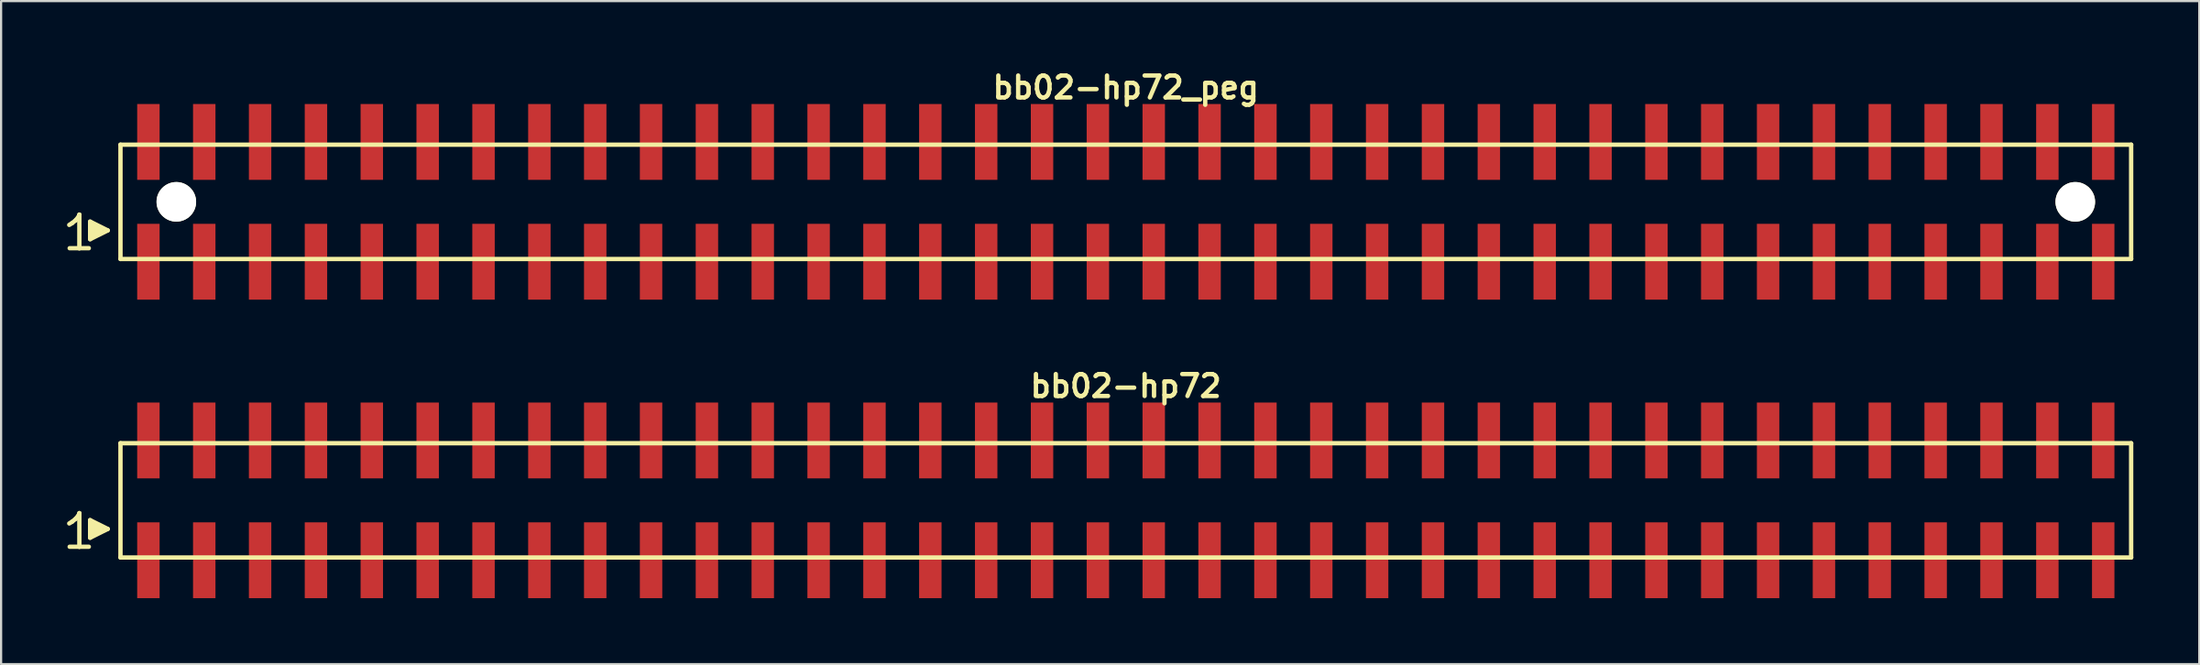
<source format=kicad_pcb>
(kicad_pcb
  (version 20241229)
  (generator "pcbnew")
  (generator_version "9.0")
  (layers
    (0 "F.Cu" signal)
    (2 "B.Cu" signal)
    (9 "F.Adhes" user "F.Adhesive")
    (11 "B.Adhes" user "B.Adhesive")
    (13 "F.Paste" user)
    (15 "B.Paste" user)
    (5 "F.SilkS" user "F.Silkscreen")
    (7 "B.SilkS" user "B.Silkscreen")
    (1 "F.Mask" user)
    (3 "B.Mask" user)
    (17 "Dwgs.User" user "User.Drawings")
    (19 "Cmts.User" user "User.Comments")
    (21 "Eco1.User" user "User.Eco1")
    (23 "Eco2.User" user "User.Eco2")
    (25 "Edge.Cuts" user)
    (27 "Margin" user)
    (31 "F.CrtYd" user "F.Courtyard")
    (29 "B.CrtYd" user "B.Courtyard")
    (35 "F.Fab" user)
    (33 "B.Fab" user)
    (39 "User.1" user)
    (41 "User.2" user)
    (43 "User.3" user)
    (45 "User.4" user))
  (footprint "bb02-hp72"
    (layer "F.Cu")
    (at 48.149 19.713)
    (property "Reference" "bb02-hp72" (at 0 -5.2 0) (layer "F.SilkS") (effects (font (size 0.998 0.998) (thickness 0.198))))
    (attr through_hole)
    (fp_line (start -48.05 1.05) (end -47.92 0.97) (stroke (width 0.198) (type solid)) (layer "F.SilkS"))
    (fp_line (start -47.92 0.97) (end -47.76 0.84) (stroke (width 0.198) (type solid)) (layer "F.SilkS"))
    (fp_line (start -47.76 0.84) (end -47.62 0.67) (stroke (width 0.198) (type solid)) (layer "F.SilkS"))
    (fp_line (start -47.62 0.67) (end -47.59 0.58) (stroke (width 0.198) (type solid)) (layer "F.SilkS"))
    (fp_line (start -47.59 0.58) (end -47.59 2.11) (stroke (width 0.198) (type solid)) (layer "F.SilkS"))
    (fp_line (start -47.59 2.11) (end -48.03 2.11) (stroke (width 0.198) (type solid)) (layer "F.SilkS"))
    (fp_line (start -47.16 2.11) (end -47.6 2.11) (stroke (width 0.198) (type solid)) (layer "F.SilkS"))
    (fp_line (start -47.1 0.9) (end -46.3 1.3) (stroke (width 0.198) (type solid)) (layer "F.SilkS"))
    (fp_line (start -47.1 1.7) (end -47.1 0.9) (stroke (width 0.198) (type solid)) (layer "F.SilkS"))
    (fp_line (start -47 1.6) (end -47 1) (stroke (width 0.198) (type solid)) (layer "F.SilkS"))
    (fp_line (start -46.9 1.1) (end -46.9 1.5) (stroke (width 0.198) (type solid)) (layer "F.SilkS"))
    (fp_line (start -46.8 1.5) (end -46.8 1.1) (stroke (width 0.198) (type solid)) (layer "F.SilkS"))
    (fp_line (start -46.7 1.2) (end -46.7 1.4) (stroke (width 0.198) (type solid)) (layer "F.SilkS"))
    (fp_line (start -46.6 1.4) (end -46.6 1.2) (stroke (width 0.198) (type solid)) (layer "F.SilkS"))
    (fp_line (start -46.3 1.3) (end -47.1 1.7) (stroke (width 0.198) (type solid)) (layer "F.SilkS"))
    (fp_line (start -45.72 -2.6) (end -45.72 2.6) (stroke (width 0.198) (type solid)) (layer "F.SilkS"))
    (fp_line (start -45.72 -2.6) (end 45.72 -2.6) (stroke (width 0.198) (type solid)) (layer "F.SilkS"))
    (fp_line (start 45.72 2.6) (end -45.72 2.6) (stroke (width 0.198) (type solid)) (layer "F.SilkS"))
    (fp_line (start 45.72 2.6) (end 45.72 -2.6) (stroke (width 0.198) (type solid)) (layer "F.SilkS"))
    (pad "1" smd rect (at -44.45 2.725) (size 1.02 3.45) (layers "F.Cu" "F.Mask" "F.Paste"))
    (pad "2" smd rect (at -44.45 -2.725) (size 1.02 3.45) (layers "F.Cu" "F.Mask" "F.Paste"))
    (pad "3" smd rect (at -41.91 2.725) (size 1.02 3.45) (layers "F.Cu" "F.Mask" "F.Paste"))
    (pad "4" smd rect (at -41.91 -2.725) (size 1.02 3.45) (layers "F.Cu" "F.Mask" "F.Paste"))
    (pad "5" smd rect (at -39.37 2.725) (size 1.02 3.45) (layers "F.Cu" "F.Mask" "F.Paste"))
    (pad "6" smd rect (at -39.37 -2.725) (size 1.02 3.45) (layers "F.Cu" "F.Mask" "F.Paste"))
    (pad "7" smd rect (at -36.83 2.725) (size 1.02 3.45) (layers "F.Cu" "F.Mask" "F.Paste"))
    (pad "8" smd rect (at -36.83 -2.725) (size 1.02 3.45) (layers "F.Cu" "F.Mask" "F.Paste"))
    (pad "9" smd rect (at -34.29 2.725) (size 1.02 3.45) (layers "F.Cu" "F.Mask" "F.Paste"))
    (pad "10" smd rect (at -34.29 -2.725) (size 1.02 3.45) (layers "F.Cu" "F.Mask" "F.Paste"))
    (pad "11" smd rect (at -31.75 2.725) (size 1.02 3.45) (layers "F.Cu" "F.Mask" "F.Paste"))
    (pad "12" smd rect (at -31.75 -2.725) (size 1.02 3.45) (layers "F.Cu" "F.Mask" "F.Paste"))
    (pad "13" smd rect (at -29.21 2.725) (size 1.02 3.45) (layers "F.Cu" "F.Mask" "F.Paste"))
    (pad "14" smd rect (at -29.21 -2.725) (size 1.02 3.45) (layers "F.Cu" "F.Mask" "F.Paste"))
    (pad "15" smd rect (at -26.67 2.725) (size 1.02 3.45) (layers "F.Cu" "F.Mask" "F.Paste"))
    (pad "16" smd rect (at -26.67 -2.725) (size 1.02 3.45) (layers "F.Cu" "F.Mask" "F.Paste"))
    (pad "17" smd rect (at -24.13 2.725) (size 1.02 3.45) (layers "F.Cu" "F.Mask" "F.Paste"))
    (pad "18" smd rect (at -24.13 -2.725) (size 1.02 3.45) (layers "F.Cu" "F.Mask" "F.Paste"))
    (pad "19" smd rect (at -21.59 2.725) (size 1.02 3.45) (layers "F.Cu" "F.Mask" "F.Paste"))
    (pad "20" smd rect (at -21.59 -2.725) (size 1.02 3.45) (layers "F.Cu" "F.Mask" "F.Paste"))
    (pad "21" smd rect (at -19.05 2.725) (size 1.02 3.45) (layers "F.Cu" "F.Mask" "F.Paste"))
    (pad "22" smd rect (at -19.05 -2.725) (size 1.02 3.45) (layers "F.Cu" "F.Mask" "F.Paste"))
    (pad "23" smd rect (at -16.51 2.725) (size 1.02 3.45) (layers "F.Cu" "F.Mask" "F.Paste"))
    (pad "24" smd rect (at -16.51 -2.725) (size 1.02 3.45) (layers "F.Cu" "F.Mask" "F.Paste"))
    (pad "25" smd rect (at -13.97 2.725) (size 1.02 3.45) (layers "F.Cu" "F.Mask" "F.Paste"))
    (pad "26" smd rect (at -13.97 -2.725) (size 1.02 3.45) (layers "F.Cu" "F.Mask" "F.Paste"))
    (pad "27" smd rect (at -11.43 2.725) (size 1.02 3.45) (layers "F.Cu" "F.Mask" "F.Paste"))
    (pad "28" smd rect (at -11.43 -2.725) (size 1.02 3.45) (layers "F.Cu" "F.Mask" "F.Paste"))
    (pad "29" smd rect (at -8.89 2.725) (size 1.02 3.45) (layers "F.Cu" "F.Mask" "F.Paste"))
    (pad "30" smd rect (at -8.89 -2.725) (size 1.02 3.45) (layers "F.Cu" "F.Mask" "F.Paste"))
    (pad "31" smd rect (at -6.35 2.725) (size 1.02 3.45) (layers "F.Cu" "F.Mask" "F.Paste"))
    (pad "32" smd rect (at -6.35 -2.725) (size 1.02 3.45) (layers "F.Cu" "F.Mask" "F.Paste"))
    (pad "33" smd rect (at -3.81 2.725) (size 1.02 3.45) (layers "F.Cu" "F.Mask" "F.Paste"))
    (pad "34" smd rect (at -3.81 -2.725) (size 1.02 3.45) (layers "F.Cu" "F.Mask" "F.Paste"))
    (pad "35" smd rect (at -1.27 2.725) (size 1.02 3.45) (layers "F.Cu" "F.Mask" "F.Paste"))
    (pad "36" smd rect (at -1.27 -2.725) (size 1.02 3.45) (layers "F.Cu" "F.Mask" "F.Paste"))
    (pad "37" smd rect (at 1.27 2.725) (size 1.02 3.45) (layers "F.Cu" "F.Mask" "F.Paste"))
    (pad "38" smd rect (at 1.27 -2.725) (size 1.02 3.45) (layers "F.Cu" "F.Mask" "F.Paste"))
    (pad "39" smd rect (at 3.81 2.725) (size 1.02 3.45) (layers "F.Cu" "F.Mask" "F.Paste"))
    (pad "40" smd rect (at 3.81 -2.725) (size 1.02 3.45) (layers "F.Cu" "F.Mask" "F.Paste"))
    (pad "41" smd rect (at 6.35 2.725) (size 1.02 3.45) (layers "F.Cu" "F.Mask" "F.Paste"))
    (pad "42" smd rect (at 6.35 -2.725) (size 1.02 3.45) (layers "F.Cu" "F.Mask" "F.Paste"))
    (pad "43" smd rect (at 8.89 2.725) (size 1.02 3.45) (layers "F.Cu" "F.Mask" "F.Paste"))
    (pad "44" smd rect (at 8.89 -2.725) (size 1.02 3.45) (layers "F.Cu" "F.Mask" "F.Paste"))
    (pad "45" smd rect (at 11.43 2.725) (size 1.02 3.45) (layers "F.Cu" "F.Mask" "F.Paste"))
    (pad "46" smd rect (at 11.43 -2.725) (size 1.02 3.45) (layers "F.Cu" "F.Mask" "F.Paste"))
    (pad "47" smd rect (at 13.97 2.725) (size 1.02 3.45) (layers "F.Cu" "F.Mask" "F.Paste"))
    (pad "48" smd rect (at 13.97 -2.725) (size 1.02 3.45) (layers "F.Cu" "F.Mask" "F.Paste"))
    (pad "49" smd rect (at 16.51 2.725) (size 1.02 3.45) (layers "F.Cu" "F.Mask" "F.Paste"))
    (pad "50" smd rect (at 16.51 -2.725) (size 1.02 3.45) (layers "F.Cu" "F.Mask" "F.Paste"))
    (pad "51" smd rect (at 19.05 2.725) (size 1.02 3.45) (layers "F.Cu" "F.Mask" "F.Paste"))
    (pad "52" smd rect (at 19.05 -2.725) (size 1.02 3.45) (layers "F.Cu" "F.Mask" "F.Paste"))
    (pad "53" smd rect (at 21.59 2.725) (size 1.02 3.45) (layers "F.Cu" "F.Mask" "F.Paste"))
    (pad "54" smd rect (at 21.59 -2.725) (size 1.02 3.45) (layers "F.Cu" "F.Mask" "F.Paste"))
    (pad "55" smd rect (at 24.13 2.725) (size 1.02 3.45) (layers "F.Cu" "F.Mask" "F.Paste"))
    (pad "56" smd rect (at 24.13 -2.725) (size 1.02 3.45) (layers "F.Cu" "F.Mask" "F.Paste"))
    (pad "57" smd rect (at 26.67 2.725) (size 1.02 3.45) (layers "F.Cu" "F.Mask" "F.Paste"))
    (pad "58" smd rect (at 26.67 -2.725) (size 1.02 3.45) (layers "F.Cu" "F.Mask" "F.Paste"))
    (pad "59" smd rect (at 29.21 2.725) (size 1.02 3.45) (layers "F.Cu" "F.Mask" "F.Paste"))
    (pad "60" smd rect (at 29.21 -2.725) (size 1.02 3.45) (layers "F.Cu" "F.Mask" "F.Paste"))
    (pad "61" smd rect (at 31.75 2.725) (size 1.02 3.45) (layers "F.Cu" "F.Mask" "F.Paste"))
    (pad "62" smd rect (at 31.75 -2.725) (size 1.02 3.45) (layers "F.Cu" "F.Mask" "F.Paste"))
    (pad "63" smd rect (at 34.29 2.725) (size 1.02 3.45) (layers "F.Cu" "F.Mask" "F.Paste"))
    (pad "64" smd rect (at 34.29 -2.725) (size 1.02 3.45) (layers "F.Cu" "F.Mask" "F.Paste"))
    (pad "65" smd rect (at 36.83 2.725) (size 1.02 3.45) (layers "F.Cu" "F.Mask" "F.Paste"))
    (pad "66" smd rect (at 36.83 -2.725) (size 1.02 3.45) (layers "F.Cu" "F.Mask" "F.Paste"))
    (pad "67" smd rect (at 39.37 2.725) (size 1.02 3.45) (layers "F.Cu" "F.Mask" "F.Paste"))
    (pad "68" smd rect (at 39.37 -2.725) (size 1.02 3.45) (layers "F.Cu" "F.Mask" "F.Paste"))
    (pad "69" smd rect (at 41.91 2.725) (size 1.02 3.45) (layers "F.Cu" "F.Mask" "F.Paste"))
    (pad "70" smd rect (at 41.91 -2.725) (size 1.02 3.45) (layers "F.Cu" "F.Mask" "F.Paste"))
    (pad "71" smd rect (at 44.45 2.725) (size 1.02 3.45) (layers "F.Cu" "F.Mask" "F.Paste"))
    (pad "72" smd rect (at 44.45 -2.725) (size 1.02 3.45) (layers "F.Cu" "F.Mask" "F.Paste")))
  (footprint "bb02-hp72_peg"
    (layer "F.Cu")
    (at 48.149 6.132)
    (property "Reference" "bb02-hp72_peg" (at 0 -5.2 0) (layer "F.SilkS") (effects (font (size 0.998 0.998) (thickness 0.198))))
    (attr through_hole)
    (fp_line (start -48.05 1.05) (end -47.92 0.97) (stroke (width 0.198) (type solid)) (layer "F.SilkS"))
    (fp_line (start -47.92 0.97) (end -47.76 0.84) (stroke (width 0.198) (type solid)) (layer "F.SilkS"))
    (fp_line (start -47.76 0.84) (end -47.62 0.67) (stroke (width 0.198) (type solid)) (layer "F.SilkS"))
    (fp_line (start -47.62 0.67) (end -47.59 0.58) (stroke (width 0.198) (type solid)) (layer "F.SilkS"))
    (fp_line (start -47.59 0.58) (end -47.59 2.11) (stroke (width 0.198) (type solid)) (layer "F.SilkS"))
    (fp_line (start -47.59 2.11) (end -48.03 2.11) (stroke (width 0.198) (type solid)) (layer "F.SilkS"))
    (fp_line (start -47.16 2.11) (end -47.6 2.11) (stroke (width 0.198) (type solid)) (layer "F.SilkS"))
    (fp_line (start -47.1 0.9) (end -46.3 1.3) (stroke (width 0.198) (type solid)) (layer "F.SilkS"))
    (fp_line (start -47.1 1.7) (end -47.1 0.9) (stroke (width 0.198) (type solid)) (layer "F.SilkS"))
    (fp_line (start -47 1.6) (end -47 1) (stroke (width 0.198) (type solid)) (layer "F.SilkS"))
    (fp_line (start -46.9 1.1) (end -46.9 1.5) (stroke (width 0.198) (type solid)) (layer "F.SilkS"))
    (fp_line (start -46.8 1.5) (end -46.8 1.1) (stroke (width 0.198) (type solid)) (layer "F.SilkS"))
    (fp_line (start -46.7 1.2) (end -46.7 1.4) (stroke (width 0.198) (type solid)) (layer "F.SilkS"))
    (fp_line (start -46.6 1.4) (end -46.6 1.2) (stroke (width 0.198) (type solid)) (layer "F.SilkS"))
    (fp_line (start -46.3 1.3) (end -47.1 1.7) (stroke (width 0.198) (type solid)) (layer "F.SilkS"))
    (fp_line (start -45.72 -2.6) (end -45.72 2.6) (stroke (width 0.198) (type solid)) (layer "F.SilkS"))
    (fp_line (start -45.72 -2.6) (end 45.72 -2.6) (stroke (width 0.198) (type solid)) (layer "F.SilkS"))
    (fp_line (start 45.72 2.6) (end -45.72 2.6) (stroke (width 0.198) (type solid)) (layer "F.SilkS"))
    (fp_line (start 45.72 2.6) (end 45.72 -2.6) (stroke (width 0.198) (type solid)) (layer "F.SilkS"))
    (pad "" np_thru_hole circle (at -43.18 0) (size 1.8 1.8) (drill 1.8) (layers "*.Cu" "*.Mask" "F.SilkS"))
    (pad "" np_thru_hole circle (at 43.18 0) (size 1.8 1.8) (drill 1.8) (layers "*.Cu" "*.Mask" "F.SilkS"))
    (pad "1" smd rect (at -44.45 2.725) (size 1.02 3.45) (layers "F.Cu" "F.Mask" "F.Paste"))
    (pad "2" smd rect (at -44.45 -2.725) (size 1.02 3.45) (layers "F.Cu" "F.Mask" "F.Paste"))
    (pad "3" smd rect (at -41.91 2.725) (size 1.02 3.45) (layers "F.Cu" "F.Mask" "F.Paste"))
    (pad "4" smd rect (at -41.91 -2.725) (size 1.02 3.45) (layers "F.Cu" "F.Mask" "F.Paste"))
    (pad "5" smd rect (at -39.37 2.725) (size 1.02 3.45) (layers "F.Cu" "F.Mask" "F.Paste"))
    (pad "6" smd rect (at -39.37 -2.725) (size 1.02 3.45) (layers "F.Cu" "F.Mask" "F.Paste"))
    (pad "7" smd rect (at -36.83 2.725) (size 1.02 3.45) (layers "F.Cu" "F.Mask" "F.Paste"))
    (pad "8" smd rect (at -36.83 -2.725) (size 1.02 3.45) (layers "F.Cu" "F.Mask" "F.Paste"))
    (pad "9" smd rect (at -34.29 2.725) (size 1.02 3.45) (layers "F.Cu" "F.Mask" "F.Paste"))
    (pad "10" smd rect (at -34.29 -2.725) (size 1.02 3.45) (layers "F.Cu" "F.Mask" "F.Paste"))
    (pad "11" smd rect (at -31.75 2.725) (size 1.02 3.45) (layers "F.Cu" "F.Mask" "F.Paste"))
    (pad "12" smd rect (at -31.75 -2.725) (size 1.02 3.45) (layers "F.Cu" "F.Mask" "F.Paste"))
    (pad "13" smd rect (at -29.21 2.725) (size 1.02 3.45) (layers "F.Cu" "F.Mask" "F.Paste"))
    (pad "14" smd rect (at -29.21 -2.725) (size 1.02 3.45) (layers "F.Cu" "F.Mask" "F.Paste"))
    (pad "15" smd rect (at -26.67 2.725) (size 1.02 3.45) (layers "F.Cu" "F.Mask" "F.Paste"))
    (pad "16" smd rect (at -26.67 -2.725) (size 1.02 3.45) (layers "F.Cu" "F.Mask" "F.Paste"))
    (pad "17" smd rect (at -24.13 2.725) (size 1.02 3.45) (layers "F.Cu" "F.Mask" "F.Paste"))
    (pad "18" smd rect (at -24.13 -2.725) (size 1.02 3.45) (layers "F.Cu" "F.Mask" "F.Paste"))
    (pad "19" smd rect (at -21.59 2.725) (size 1.02 3.45) (layers "F.Cu" "F.Mask" "F.Paste"))
    (pad "20" smd rect (at -21.59 -2.725) (size 1.02 3.45) (layers "F.Cu" "F.Mask" "F.Paste"))
    (pad "21" smd rect (at -19.05 2.725) (size 1.02 3.45) (layers "F.Cu" "F.Mask" "F.Paste"))
    (pad "22" smd rect (at -19.05 -2.725) (size 1.02 3.45) (layers "F.Cu" "F.Mask" "F.Paste"))
    (pad "23" smd rect (at -16.51 2.725) (size 1.02 3.45) (layers "F.Cu" "F.Mask" "F.Paste"))
    (pad "24" smd rect (at -16.51 -2.725) (size 1.02 3.45) (layers "F.Cu" "F.Mask" "F.Paste"))
    (pad "25" smd rect (at -13.97 2.725) (size 1.02 3.45) (layers "F.Cu" "F.Mask" "F.Paste"))
    (pad "26" smd rect (at -13.97 -2.725) (size 1.02 3.45) (layers "F.Cu" "F.Mask" "F.Paste"))
    (pad "27" smd rect (at -11.43 2.725) (size 1.02 3.45) (layers "F.Cu" "F.Mask" "F.Paste"))
    (pad "28" smd rect (at -11.43 -2.725) (size 1.02 3.45) (layers "F.Cu" "F.Mask" "F.Paste"))
    (pad "29" smd rect (at -8.89 2.725) (size 1.02 3.45) (layers "F.Cu" "F.Mask" "F.Paste"))
    (pad "30" smd rect (at -8.89 -2.725) (size 1.02 3.45) (layers "F.Cu" "F.Mask" "F.Paste"))
    (pad "31" smd rect (at -6.35 2.725) (size 1.02 3.45) (layers "F.Cu" "F.Mask" "F.Paste"))
    (pad "32" smd rect (at -6.35 -2.725) (size 1.02 3.45) (layers "F.Cu" "F.Mask" "F.Paste"))
    (pad "33" smd rect (at -3.81 2.725) (size 1.02 3.45) (layers "F.Cu" "F.Mask" "F.Paste"))
    (pad "34" smd rect (at -3.81 -2.725) (size 1.02 3.45) (layers "F.Cu" "F.Mask" "F.Paste"))
    (pad "35" smd rect (at -1.27 2.725) (size 1.02 3.45) (layers "F.Cu" "F.Mask" "F.Paste"))
    (pad "36" smd rect (at -1.27 -2.725) (size 1.02 3.45) (layers "F.Cu" "F.Mask" "F.Paste"))
    (pad "37" smd rect (at 1.27 2.725) (size 1.02 3.45) (layers "F.Cu" "F.Mask" "F.Paste"))
    (pad "38" smd rect (at 1.27 -2.725) (size 1.02 3.45) (layers "F.Cu" "F.Mask" "F.Paste"))
    (pad "39" smd rect (at 3.81 2.725) (size 1.02 3.45) (layers "F.Cu" "F.Mask" "F.Paste"))
    (pad "40" smd rect (at 3.81 -2.725) (size 1.02 3.45) (layers "F.Cu" "F.Mask" "F.Paste"))
    (pad "41" smd rect (at 6.35 2.725) (size 1.02 3.45) (layers "F.Cu" "F.Mask" "F.Paste"))
    (pad "42" smd rect (at 6.35 -2.725) (size 1.02 3.45) (layers "F.Cu" "F.Mask" "F.Paste"))
    (pad "43" smd rect (at 8.89 2.725) (size 1.02 3.45) (layers "F.Cu" "F.Mask" "F.Paste"))
    (pad "44" smd rect (at 8.89 -2.725) (size 1.02 3.45) (layers "F.Cu" "F.Mask" "F.Paste"))
    (pad "45" smd rect (at 11.43 2.725) (size 1.02 3.45) (layers "F.Cu" "F.Mask" "F.Paste"))
    (pad "46" smd rect (at 11.43 -2.725) (size 1.02 3.45) (layers "F.Cu" "F.Mask" "F.Paste"))
    (pad "47" smd rect (at 13.97 2.725) (size 1.02 3.45) (layers "F.Cu" "F.Mask" "F.Paste"))
    (pad "48" smd rect (at 13.97 -2.725) (size 1.02 3.45) (layers "F.Cu" "F.Mask" "F.Paste"))
    (pad "49" smd rect (at 16.51 2.725) (size 1.02 3.45) (layers "F.Cu" "F.Mask" "F.Paste"))
    (pad "50" smd rect (at 16.51 -2.725) (size 1.02 3.45) (layers "F.Cu" "F.Mask" "F.Paste"))
    (pad "51" smd rect (at 19.05 2.725) (size 1.02 3.45) (layers "F.Cu" "F.Mask" "F.Paste"))
    (pad "52" smd rect (at 19.05 -2.725) (size 1.02 3.45) (layers "F.Cu" "F.Mask" "F.Paste"))
    (pad "53" smd rect (at 21.59 2.725) (size 1.02 3.45) (layers "F.Cu" "F.Mask" "F.Paste"))
    (pad "54" smd rect (at 21.59 -2.725) (size 1.02 3.45) (layers "F.Cu" "F.Mask" "F.Paste"))
    (pad "55" smd rect (at 24.13 2.725) (size 1.02 3.45) (layers "F.Cu" "F.Mask" "F.Paste"))
    (pad "56" smd rect (at 24.13 -2.725) (size 1.02 3.45) (layers "F.Cu" "F.Mask" "F.Paste"))
    (pad "57" smd rect (at 26.67 2.725) (size 1.02 3.45) (layers "F.Cu" "F.Mask" "F.Paste"))
    (pad "58" smd rect (at 26.67 -2.725) (size 1.02 3.45) (layers "F.Cu" "F.Mask" "F.Paste"))
    (pad "59" smd rect (at 29.21 2.725) (size 1.02 3.45) (layers "F.Cu" "F.Mask" "F.Paste"))
    (pad "60" smd rect (at 29.21 -2.725) (size 1.02 3.45) (layers "F.Cu" "F.Mask" "F.Paste"))
    (pad "61" smd rect (at 31.75 2.725) (size 1.02 3.45) (layers "F.Cu" "F.Mask" "F.Paste"))
    (pad "62" smd rect (at 31.75 -2.725) (size 1.02 3.45) (layers "F.Cu" "F.Mask" "F.Paste"))
    (pad "63" smd rect (at 34.29 2.725) (size 1.02 3.45) (layers "F.Cu" "F.Mask" "F.Paste"))
    (pad "64" smd rect (at 34.29 -2.725) (size 1.02 3.45) (layers "F.Cu" "F.Mask" "F.Paste"))
    (pad "65" smd rect (at 36.83 2.725) (size 1.02 3.45) (layers "F.Cu" "F.Mask" "F.Paste"))
    (pad "66" smd rect (at 36.83 -2.725) (size 1.02 3.45) (layers "F.Cu" "F.Mask" "F.Paste"))
    (pad "67" smd rect (at 39.37 2.725) (size 1.02 3.45) (layers "F.Cu" "F.Mask" "F.Paste"))
    (pad "68" smd rect (at 39.37 -2.725) (size 1.02 3.45) (layers "F.Cu" "F.Mask" "F.Paste"))
    (pad "69" smd rect (at 41.91 2.725) (size 1.02 3.45) (layers "F.Cu" "F.Mask" "F.Paste"))
    (pad "70" smd rect (at 41.91 -2.725) (size 1.02 3.45) (layers "F.Cu" "F.Mask" "F.Paste"))
    (pad "71" smd rect (at 44.45 2.725) (size 1.02 3.45) (layers "F.Cu" "F.Mask" "F.Paste"))
    (pad "72" smd rect (at 44.45 -2.725) (size 1.02 3.45) (layers "F.Cu" "F.Mask" "F.Paste")))
  (gr_rect
    (start -3 -3)
    (end 96.968 27.163)
    (stroke (width 0.1) (type default))
    (fill no)
    (layer "Edge.Cuts")))
</source>
